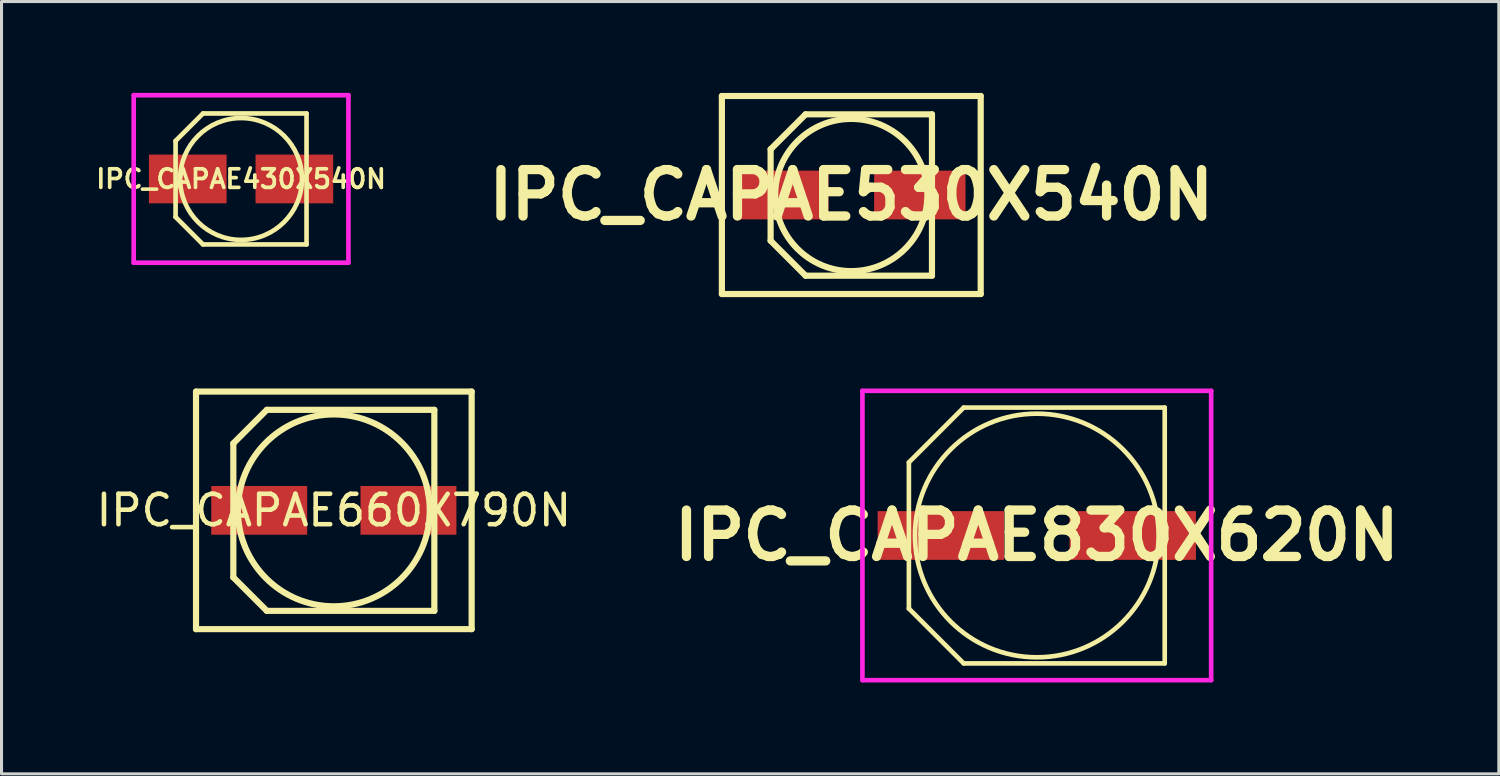
<source format=kicad_pcb>
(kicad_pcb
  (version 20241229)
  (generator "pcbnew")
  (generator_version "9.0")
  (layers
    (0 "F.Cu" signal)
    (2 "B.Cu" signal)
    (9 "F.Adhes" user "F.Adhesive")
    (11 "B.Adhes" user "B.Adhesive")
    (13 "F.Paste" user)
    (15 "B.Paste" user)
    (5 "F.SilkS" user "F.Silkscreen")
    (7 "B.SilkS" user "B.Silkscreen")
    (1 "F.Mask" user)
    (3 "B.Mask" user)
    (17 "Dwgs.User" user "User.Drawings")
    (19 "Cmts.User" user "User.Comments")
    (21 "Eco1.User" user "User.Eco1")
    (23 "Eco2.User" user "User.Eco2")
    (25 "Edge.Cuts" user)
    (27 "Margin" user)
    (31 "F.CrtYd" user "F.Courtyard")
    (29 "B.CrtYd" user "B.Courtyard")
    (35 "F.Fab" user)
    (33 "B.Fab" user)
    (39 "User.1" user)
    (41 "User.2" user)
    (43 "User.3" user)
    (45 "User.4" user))
  (footprint "IPC_CAPAE660X790N"
    (layer "F.Cu")
    (at 7.911 13.707)
    (property "Reference" "IPC_CAPAE660X790N" (at 0 0 0) (layer "F.SilkS") (effects (font (size 1 1) (thickness 0.15))))
    (attr through_hole)
    (fp_line (start -4.525 -3.9) (end -4.525 3.9) (stroke (width 0.203) (type solid)) (layer "F.SilkS"))
    (fp_line (start -4.525 3.9) (end 4.525 3.9) (stroke (width 0.203) (type solid)) (layer "F.SilkS"))
    (fp_line (start -3.3 -2.2) (end -2.2 -3.3) (stroke (width 0.203) (type solid)) (layer "F.SilkS"))
    (fp_line (start -3.3 2.2) (end -3.3 -2.2) (stroke (width 0.203) (type solid)) (layer "F.SilkS"))
    (fp_line (start -3.3 2.2) (end -2.2 3.3) (stroke (width 0.203) (type solid)) (layer "F.SilkS"))
    (fp_line (start -2.2 -3.3) (end 3.3 -3.3) (stroke (width 0.203) (type solid)) (layer "F.SilkS"))
    (fp_line (start 3.3 3.3) (end -2.2 3.3) (stroke (width 0.203) (type solid)) (layer "F.SilkS"))
    (fp_line (start 3.3 3.3) (end 3.3 -3.3) (stroke (width 0.203) (type solid)) (layer "F.SilkS"))
    (fp_line (start 4.525 -3.9) (end -4.525 -3.9) (stroke (width 0.203) (type solid)) (layer "F.SilkS"))
    (fp_line (start 4.525 3.9) (end 4.525 -3.9) (stroke (width 0.203) (type solid)) (layer "F.SilkS"))
    (fp_circle (center 0 0) (end 3.15 0) (stroke (width 0.203) (type solid)) (fill no) (layer "F.SilkS"))
    (pad "1" smd rect (at -2.45 0) (size 3.15 1.6) (layers "F.Cu" "F.Mask" "F.Paste"))
    (pad "2" smd rect (at 2.45 0) (size 3.15 1.6) (layers "F.Cu" "F.Mask" "F.Paste")))
  (footprint "IPC_CAPAE430X540N"
    (layer "F.Cu")
    (at 4.865 2.826)
    (property "Reference" "IPC_CAPAE430X540N" (at 0 0 0) (layer "F.SilkS") (effects (font (size 0.61 0.61) (thickness 0.12))))
    (attr through_hole)
    (fp_line (start -2.15 -1.25) (end -1.25 -2.15) (stroke (width 0.152) (type solid)) (layer "F.SilkS"))
    (fp_line (start -2.15 1.25) (end -2.15 -1.25) (stroke (width 0.152) (type solid)) (layer "F.SilkS"))
    (fp_line (start -2.15 1.25) (end -1.25 2.15) (stroke (width 0.152) (type solid)) (layer "F.SilkS"))
    (fp_line (start -1.25 2.15) (end 2.15 2.15) (stroke (width 0.152) (type solid)) (layer "F.SilkS"))
    (fp_line (start 2.15 -2.15) (end -1.25 -2.15) (stroke (width 0.152) (type solid)) (layer "F.SilkS"))
    (fp_line (start 2.15 -2.15) (end 2.15 2.15) (stroke (width 0.152) (type solid)) (layer "F.SilkS"))
    (fp_circle (center 0 0) (end 2 0) (stroke (width 0.152) (type solid)) (fill no) (layer "F.SilkS"))
    (fp_line (start -3.525 -2.75) (end 3.525 -2.75) (stroke (width 0.152) (type solid)) (layer "F.CrtYd"))
    (fp_line (start -3.525 2.75) (end -3.525 -2.75) (stroke (width 0.152) (type solid)) (layer "F.CrtYd"))
    (fp_line (start 3.525 -2.75) (end 3.525 2.75) (stroke (width 0.152) (type solid)) (layer "F.CrtYd"))
    (fp_line (start 3.525 2.75) (end -3.525 2.75) (stroke (width 0.152) (type solid)) (layer "F.CrtYd"))
    (pad "1" smd rect (at -1.75 0) (size 2.55 1.6) (layers "F.Cu" "F.Mask" "F.Paste"))
    (pad "2" smd rect (at 1.75 0) (size 2.55 1.6) (layers "F.Cu" "F.Mask" "F.Paste")))
  (footprint "IPC_CAPAE530X540N"
    (layer "F.Cu")
    (at 24.901 3.353)
    (property "Reference" "IPC_CAPAE530X540N" (at 0 0 0) (layer "F.SilkS") (effects (font (size 1.524 1.524) (thickness 0.305))))
    (attr through_hole)
    (fp_line (start -4.249 -3.251) (end 4.249 -3.251) (stroke (width 0.203) (type solid)) (layer "F.SilkS"))
    (fp_line (start -4.249 3.251) (end -4.249 -3.251) (stroke (width 0.203) (type solid)) (layer "F.SilkS"))
    (fp_line (start -2.649 -1.501) (end -2.649 1.501) (stroke (width 0.203) (type solid)) (layer "F.SilkS"))
    (fp_line (start -2.649 -1.501) (end -1.501 -2.649) (stroke (width 0.203) (type solid)) (layer "F.SilkS"))
    (fp_line (start -2.649 1.501) (end -1.501 2.649) (stroke (width 0.203) (type solid)) (layer "F.SilkS"))
    (fp_line (start 2.649 -2.649) (end -1.501 -2.649) (stroke (width 0.203) (type solid)) (layer "F.SilkS"))
    (fp_line (start 2.649 -2.649) (end 2.649 2.649) (stroke (width 0.203) (type solid)) (layer "F.SilkS"))
    (fp_line (start 2.649 2.649) (end -1.501 2.649) (stroke (width 0.203) (type solid)) (layer "F.SilkS"))
    (fp_line (start 4.249 -3.251) (end 4.249 3.251) (stroke (width 0.203) (type solid)) (layer "F.SilkS"))
    (fp_line (start 4.249 3.251) (end -4.249 3.251) (stroke (width 0.203) (type solid)) (layer "F.SilkS"))
    (fp_circle (center 0 0) (end 2.499 0) (stroke (width 0.203) (type solid)) (fill no) (layer "F.SilkS"))
    (pad "1" smd rect (at -2.25 0) (size 3 1.6) (layers "F.Cu" "F.Mask" "F.Paste"))
    (pad "2" smd rect (at 2.25 0) (size 3 1.6) (layers "F.Cu" "F.Mask" "F.Paste")))
  (footprint "IPC_CAPAE830X620N"
    (layer "F.Cu")
    (at 30.992 14.532)
    (property "Reference" "IPC_CAPAE830X620N" (at 0 0 0) (layer "F.SilkS") (effects (font (size 1.524 1.524) (thickness 0.305))))
    (attr through_hole)
    (fp_line (start -4.2 -2.4) (end -4.2 2.4) (stroke (width 0.152) (type solid)) (layer "F.SilkS"))
    (fp_line (start -4.2 -2.4) (end -2.4 -4.2) (stroke (width 0.152) (type solid)) (layer "F.SilkS"))
    (fp_line (start -4.2 2.4) (end -2.4 4.2) (stroke (width 0.152) (type solid)) (layer "F.SilkS"))
    (fp_line (start -2.4 4.2) (end 4.2 4.2) (stroke (width 0.152) (type solid)) (layer "F.SilkS"))
    (fp_line (start 4.2 -4.2) (end -2.4 -4.2) (stroke (width 0.152) (type solid)) (layer "F.SilkS"))
    (fp_line (start 4.2 4.2) (end 4.2 -4.2) (stroke (width 0.152) (type solid)) (layer "F.SilkS"))
    (fp_circle (center 0 0) (end 4 0) (stroke (width 0.152) (type solid)) (fill no) (layer "F.SilkS"))
    (fp_line (start -5.725 -4.75) (end 5.725 -4.75) (stroke (width 0.152) (type solid)) (layer "F.CrtYd"))
    (fp_line (start -5.725 4.75) (end -5.725 -4.75) (stroke (width 0.152) (type solid)) (layer "F.CrtYd"))
    (fp_line (start 5.725 -4.75) (end 5.725 4.75) (stroke (width 0.152) (type solid)) (layer "F.CrtYd"))
    (fp_line (start 5.725 4.75) (end -5.725 4.75) (stroke (width 0.152) (type solid)) (layer "F.CrtYd"))
    (pad "1" smd rect (at -3.15 0) (size 4.15 1.6) (layers "F.Cu" "F.Mask" "F.Paste"))
    (pad "2" smd rect (at 3.15 0) (size 4.15 1.6) (layers "F.Cu" "F.Mask" "F.Paste")))
  (gr_rect
    (start -3 -3)
    (end 46.162 22.358)
    (stroke (width 0.1) (type default))
    (fill no)
    (layer "Edge.Cuts")))
</source>
